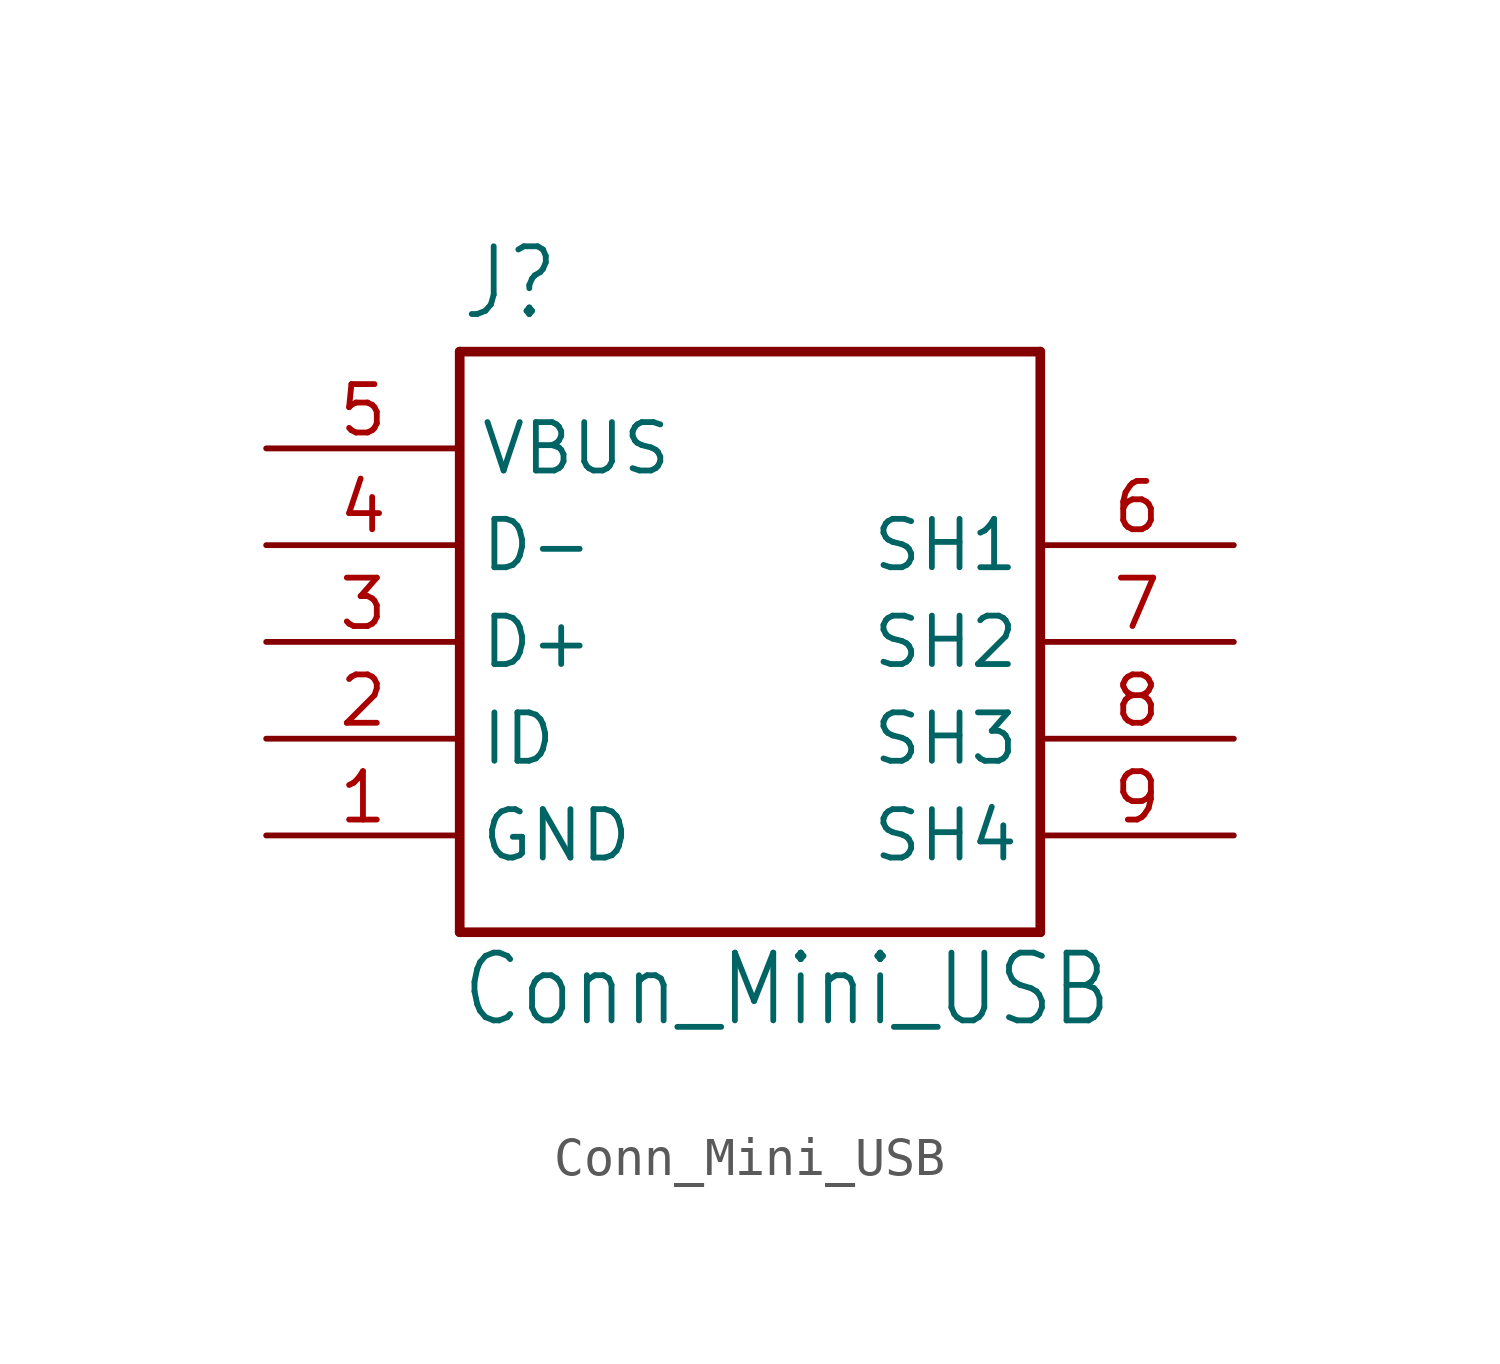
<source format=kicad_sym>
(kicad_symbol_lib
  (version 20211014)
  (generator kicad_symbol_editor)
  (symbol "Conn_Mini_USB"
    (property "Reference" "J"
      (at -7.62 8.382 0)
      (effects (font (size 1.778 1.511)) (justify left bottom)))
    (property "Value" "Conn_Mini_USB"
      (at -7.62 -10.16 0)
      (effects (font (size 1.778 1.511)) (justify left bottom)))
    (symbol "Conn_Mini_USB_1_0"
      (polyline (pts (xy -7.62 -7.62) (xy 7.62 -7.62)) (stroke (width 0.254) (type default) (color 0 0 0 0)) (fill (type none)))
      (polyline (pts (xy -7.62 7.62) (xy -7.62 -7.62)) (stroke (width 0.254) (type default) (color 0 0 0 0)) (fill (type none)))
      (polyline (pts (xy 7.62 -7.62) (xy 7.62 7.62)) (stroke (width 0.254) (type default) (color 0 0 0 0)) (fill (type none)))
      (polyline (pts (xy 7.62 7.62) (xy -7.62 7.62)) (stroke (width 0.254) (type default) (color 0 0 0 0)) (fill (type none)))
      (pin passive line (at -12.7 -5.08 0) (length 5.08) (name "GND" (effects (font (size 1.27 1.27)))) (number "1" (effects (font (size 1.27 1.27)))))
      (pin bidirectional line (at -12.7 -2.54 0) (length 5.08) (name "ID" (effects (font (size 1.27 1.27)))) (number "2" (effects (font (size 1.27 1.27)))))
      (pin bidirectional line (at -12.7 0 0) (length 5.08) (name "D+" (effects (font (size 1.27 1.27)))) (number "3" (effects (font (size 1.27 1.27)))))
      (pin bidirectional line (at -12.7 2.54 0) (length 5.08) (name "D-" (effects (font (size 1.27 1.27)))) (number "4" (effects (font (size 1.27 1.27)))))
      (pin passive line (at -12.7 5.08 0) (length 5.08) (name "VBUS" (effects (font (size 1.27 1.27)))) (number "5" (effects (font (size 1.27 1.27)))))
      (pin passive line (at 12.7 2.54 180) (length 5.08) (name "SH1" (effects (font (size 1.27 1.27)))) (number "6" (effects (font (size 1.27 1.27)))))
      (pin passive line (at 12.7 0 180) (length 5.08) (name "SH2" (effects (font (size 1.27 1.27)))) (number "7" (effects (font (size 1.27 1.27)))))
      (pin passive line (at 12.7 -2.54 180) (length 5.08) (name "SH3" (effects (font (size 1.27 1.27)))) (number "8" (effects (font (size 1.27 1.27)))))
      (pin passive line (at 12.7 -5.08 180) (length 5.08) (name "SH4" (effects (font (size 1.27 1.27)))) (number "9" (effects (font (size 1.27 1.27))))))))
</source>
